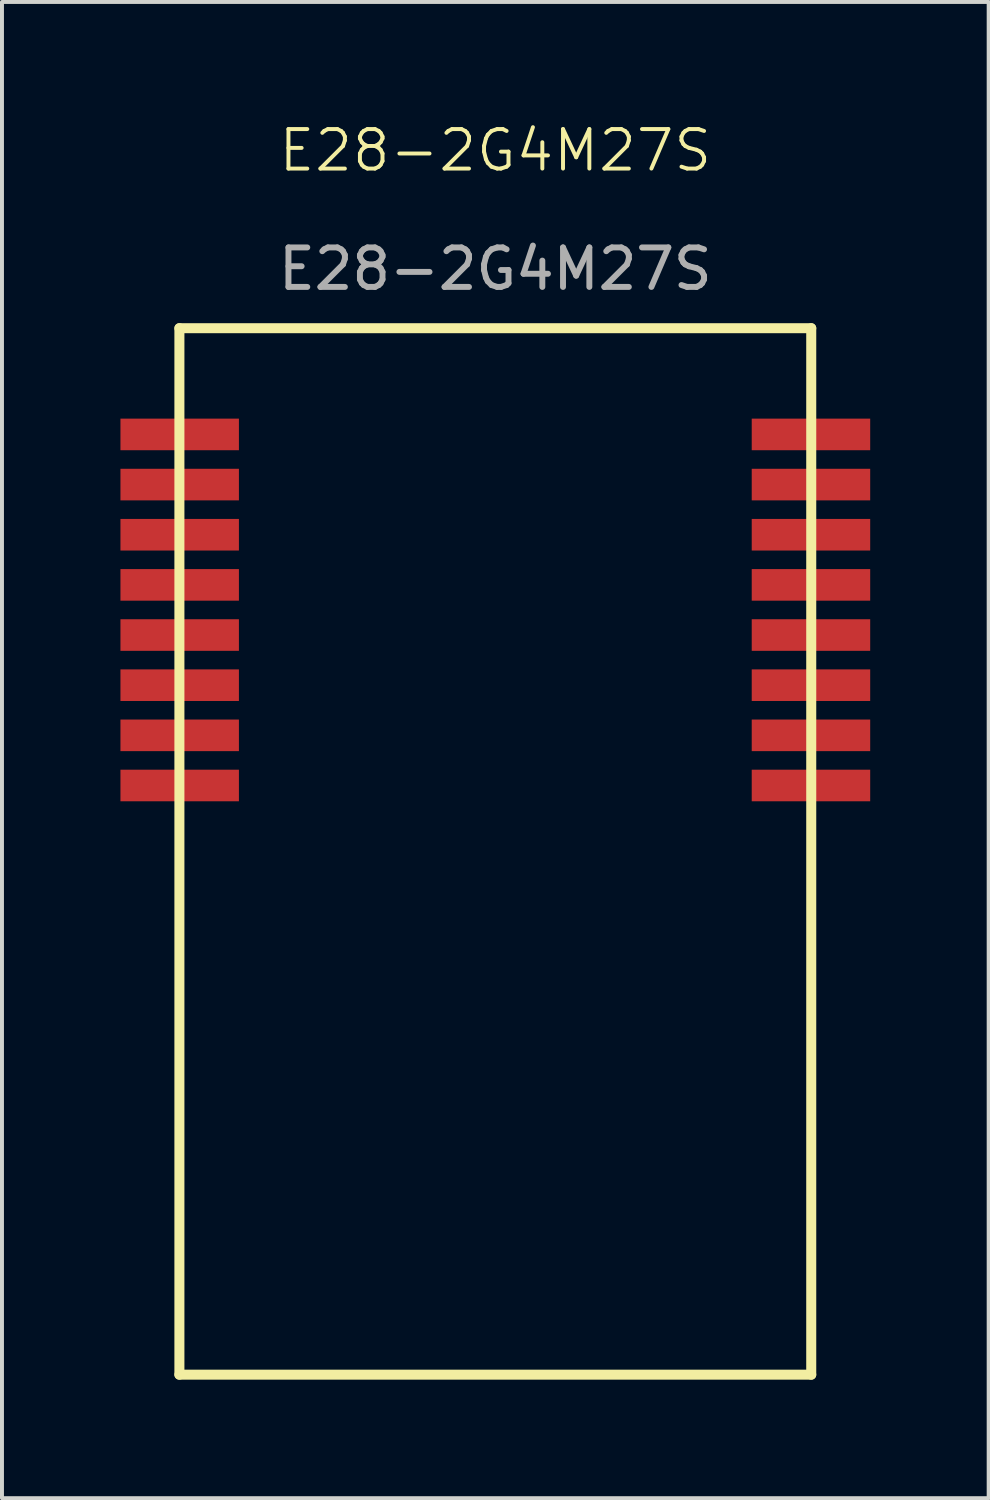
<source format=kicad_pcb>
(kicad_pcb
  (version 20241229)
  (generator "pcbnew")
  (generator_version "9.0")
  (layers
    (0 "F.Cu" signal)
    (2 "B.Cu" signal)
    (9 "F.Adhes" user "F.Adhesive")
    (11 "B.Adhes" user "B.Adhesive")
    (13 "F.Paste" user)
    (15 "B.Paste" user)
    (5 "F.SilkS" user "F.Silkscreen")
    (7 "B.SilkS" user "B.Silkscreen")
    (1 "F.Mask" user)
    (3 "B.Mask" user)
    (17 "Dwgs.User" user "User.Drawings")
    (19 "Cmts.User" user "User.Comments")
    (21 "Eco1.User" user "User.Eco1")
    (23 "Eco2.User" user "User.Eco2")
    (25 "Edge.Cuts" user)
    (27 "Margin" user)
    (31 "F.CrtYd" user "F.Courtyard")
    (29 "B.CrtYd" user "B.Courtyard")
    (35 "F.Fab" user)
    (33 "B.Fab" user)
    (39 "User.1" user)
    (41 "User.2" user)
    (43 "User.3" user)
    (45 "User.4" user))
  (footprint "E28-2G4M27S"
    (layer "F.Cu")
    (at 9.493 5.261)
    (property "Reference" "E28-2G4M27S" (at 0 -4.5 0) (unlocked yes) (layer "F.SilkS") (effects (font (size 1 1) (thickness 0.1))))
    (attr smd)
    (fp_line (start -8 0) (end 8 0) (stroke (width 0.254) (type default)) (layer "F.SilkS"))
    (fp_line (start -8 26.5) (end -8 0) (stroke (width 0.254) (type default)) (layer "F.SilkS"))
    (fp_line (start 8 0) (end 8 26.5) (stroke (width 0.254) (type default)) (layer "F.SilkS"))
    (fp_line (start 8 26.5) (end -8 26.5) (stroke (width 0.254) (type default)) (layer "F.SilkS"))
    (fp_line (start 8 20) (end -8 20) (stroke (width 0.254) (type default)) (layer "User.1"))
    (fp_text user "${REFERENCE}" (at 0 -1.5 0) (unlocked yes) (layer "F.Fab") (effects (font (size 1 1) (thickness 0.15))))
    (fp_text user "PCB Antenna" (at -4.8 21.6 0) (unlocked yes) (layer "User.1") (effects (font (size 1 1) (thickness 0.2) (bold yes)) (justify left bottom)))
    (pad "1" smd rect (at 7.993 2.69 180) (size 3 0.8) (layers "F.Cu" "F.Mask" "F.Paste"))
    (pad "2" smd rect (at 7.993 3.96 180) (size 3 0.8) (layers "F.Cu" "F.Mask" "F.Paste"))
    (pad "3" smd rect (at 7.993 5.23 180) (size 3 0.8) (layers "F.Cu" "F.Mask" "F.Paste"))
    (pad "4" smd rect (at 7.993 6.5 180) (size 3 0.8) (layers "F.Cu" "F.Mask" "F.Paste"))
    (pad "5" smd rect (at 7.993 7.77 180) (size 3 0.8) (layers "F.Cu" "F.Mask" "F.Paste"))
    (pad "6" smd rect (at 7.993 9.04 180) (size 3 0.8) (layers "F.Cu" "F.Mask" "F.Paste"))
    (pad "7" smd rect (at 7.993 10.31 180) (size 3 0.8) (layers "F.Cu" "F.Mask" "F.Paste"))
    (pad "8" smd rect (at 7.993 11.58 180) (size 3 0.8) (layers "F.Cu" "F.Mask" "F.Paste"))
    (pad "9" smd rect (at -7.993 11.58 180) (size 3 0.8) (layers "F.Cu" "F.Mask" "F.Paste"))
    (pad "10" smd rect (at -7.993 10.31 180) (size 3 0.8) (layers "F.Cu" "F.Mask" "F.Paste"))
    (pad "11" smd rect (at -7.993 9.04 180) (size 3 0.8) (layers "F.Cu" "F.Mask" "F.Paste"))
    (pad "12" smd rect (at -7.993 7.77 180) (size 3 0.8) (layers "F.Cu" "F.Mask" "F.Paste"))
    (pad "13" smd rect (at -7.993 6.5 180) (size 3 0.8) (layers "F.Cu" "F.Mask" "F.Paste"))
    (pad "14" smd rect (at -7.993 5.23 180) (size 3 0.8) (layers "F.Cu" "F.Mask" "F.Paste"))
    (pad "15" smd rect (at -7.993 3.96 180) (size 3 0.8) (layers "F.Cu" "F.Mask" "F.Paste"))
    (pad "16" smd rect (at -7.993 2.69 180) (size 3 0.8) (layers "F.Cu" "F.Mask" "F.Paste")))
  (gr_rect
    (start -3 -3)
    (end 21.986 34.888)
    (stroke (width 0.1) (type default))
    (fill no)
    (layer "Edge.Cuts")))
</source>
